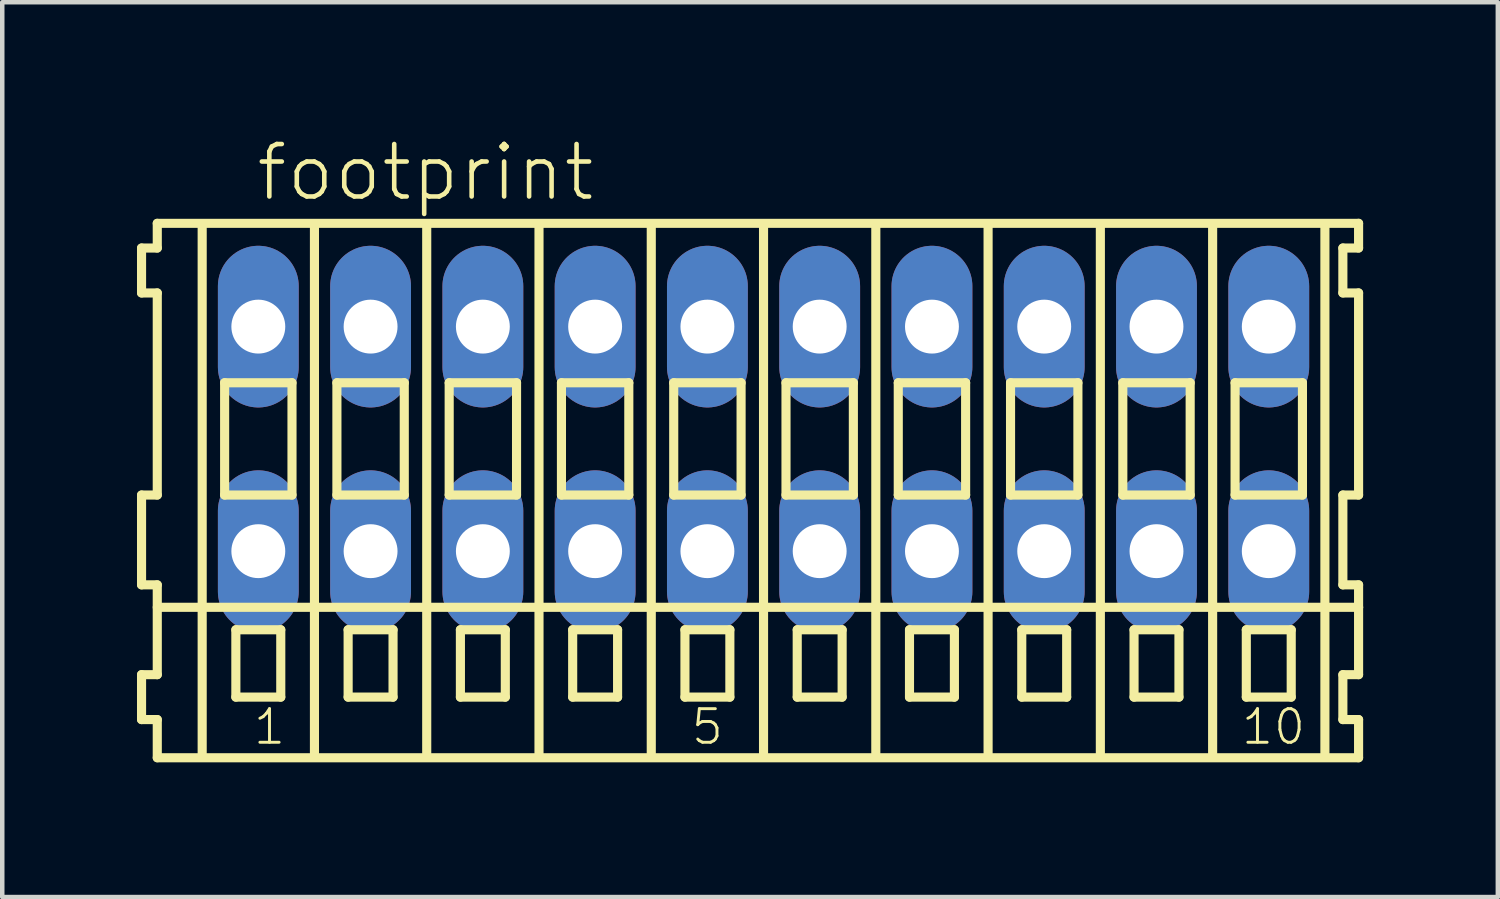
<source format=kicad_pcb>
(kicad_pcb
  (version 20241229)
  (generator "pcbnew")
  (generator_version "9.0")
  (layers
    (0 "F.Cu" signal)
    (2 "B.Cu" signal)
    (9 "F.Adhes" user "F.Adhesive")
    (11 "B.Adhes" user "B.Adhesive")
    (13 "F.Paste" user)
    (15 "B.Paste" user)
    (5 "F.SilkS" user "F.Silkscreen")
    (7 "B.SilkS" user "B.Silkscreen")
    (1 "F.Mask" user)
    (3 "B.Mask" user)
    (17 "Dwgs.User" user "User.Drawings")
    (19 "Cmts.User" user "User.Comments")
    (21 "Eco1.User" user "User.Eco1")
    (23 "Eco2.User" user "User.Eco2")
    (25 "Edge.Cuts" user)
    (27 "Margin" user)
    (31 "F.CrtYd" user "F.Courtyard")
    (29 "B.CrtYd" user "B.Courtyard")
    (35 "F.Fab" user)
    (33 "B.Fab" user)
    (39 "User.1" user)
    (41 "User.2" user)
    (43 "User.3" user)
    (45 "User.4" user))
  (footprint "footprint"
    (layer "F.Cu")
    (at 13.952 6.723)
    (property "Reference" "footprint" (at -11.35 -5.25 0) (layer "F.SilkS") (effects (font (size 1.168 1.168) (thickness 0.102)) (justify left bottom)))
    (fp_line (start -13.85 -4.25) (end -13.85 -3.25) (stroke (width 0.203) (type solid)) (layer "F.SilkS"))
    (fp_line (start -13.85 -3.25) (end -13.5 -3.25) (stroke (width 0.203) (type solid)) (layer "F.SilkS"))
    (fp_line (start -13.85 1.25) (end -13.85 3.25) (stroke (width 0.203) (type solid)) (layer "F.SilkS"))
    (fp_line (start -13.85 3.25) (end -13.5 3.25) (stroke (width 0.203) (type solid)) (layer "F.SilkS"))
    (fp_line (start -13.85 5.25) (end -13.85 6.25) (stroke (width 0.203) (type solid)) (layer "F.SilkS"))
    (fp_line (start -13.85 6.25) (end -13.5 6.25) (stroke (width 0.203) (type solid)) (layer "F.SilkS"))
    (fp_line (start -13.5 -4.8) (end -13.5 -4.25) (stroke (width 0.203) (type solid)) (layer "F.SilkS"))
    (fp_line (start -13.5 -4.25) (end -13.85 -4.25) (stroke (width 0.203) (type solid)) (layer "F.SilkS"))
    (fp_line (start -13.5 -3.25) (end -13.5 1.25) (stroke (width 0.203) (type solid)) (layer "F.SilkS"))
    (fp_line (start -13.5 1.25) (end -13.85 1.25) (stroke (width 0.203) (type solid)) (layer "F.SilkS"))
    (fp_line (start -13.5 3.25) (end -13.5 5.25) (stroke (width 0.203) (type solid)) (layer "F.SilkS"))
    (fp_line (start -13.5 3.75) (end 13.25 3.75) (stroke (width 0.203) (type solid)) (layer "F.SilkS"))
    (fp_line (start -13.5 5.25) (end -13.85 5.25) (stroke (width 0.203) (type solid)) (layer "F.SilkS"))
    (fp_line (start -13.5 6.25) (end -13.5 7.1) (stroke (width 0.203) (type solid)) (layer "F.SilkS"))
    (fp_line (start -13.5 7.1) (end 13.25 7.1) (stroke (width 0.203) (type solid)) (layer "F.SilkS"))
    (fp_line (start -12.5 -4.75) (end -12.5 7) (stroke (width 0.203) (type solid)) (layer "F.SilkS"))
    (fp_line (start -12 -1.25) (end -12 1.25) (stroke (width 0.203) (type solid)) (layer "F.SilkS"))
    (fp_line (start -12 1.25) (end -10.5 1.25) (stroke (width 0.203) (type solid)) (layer "F.SilkS"))
    (fp_line (start -11.75 4.25) (end -11.75 5.75) (stroke (width 0.203) (type solid)) (layer "F.SilkS"))
    (fp_line (start -11.75 5.75) (end -10.75 5.75) (stroke (width 0.203) (type solid)) (layer "F.SilkS"))
    (fp_line (start -10.75 4.25) (end -11.75 4.25) (stroke (width 0.203) (type solid)) (layer "F.SilkS"))
    (fp_line (start -10.75 5.75) (end -10.75 4.25) (stroke (width 0.203) (type solid)) (layer "F.SilkS"))
    (fp_line (start -10.5 -1.25) (end -12 -1.25) (stroke (width 0.203) (type solid)) (layer "F.SilkS"))
    (fp_line (start -10.5 1.25) (end -10.5 -1.25) (stroke (width 0.203) (type solid)) (layer "F.SilkS"))
    (fp_line (start -10 -4.75) (end -10 7) (stroke (width 0.203) (type solid)) (layer "F.SilkS"))
    (fp_line (start -9.5 -1.25) (end -9.5 1.25) (stroke (width 0.203) (type solid)) (layer "F.SilkS"))
    (fp_line (start -9.5 1.25) (end -8 1.25) (stroke (width 0.203) (type solid)) (layer "F.SilkS"))
    (fp_line (start -9.25 4.25) (end -9.25 5.75) (stroke (width 0.203) (type solid)) (layer "F.SilkS"))
    (fp_line (start -9.25 5.75) (end -8.25 5.75) (stroke (width 0.203) (type solid)) (layer "F.SilkS"))
    (fp_line (start -8.25 4.25) (end -9.25 4.25) (stroke (width 0.203) (type solid)) (layer "F.SilkS"))
    (fp_line (start -8.25 5.75) (end -8.25 4.25) (stroke (width 0.203) (type solid)) (layer "F.SilkS"))
    (fp_line (start -8 -1.25) (end -9.5 -1.25) (stroke (width 0.203) (type solid)) (layer "F.SilkS"))
    (fp_line (start -8 1.25) (end -8 -1.25) (stroke (width 0.203) (type solid)) (layer "F.SilkS"))
    (fp_line (start -7.5 -4.75) (end -7.5 7) (stroke (width 0.203) (type solid)) (layer "F.SilkS"))
    (fp_line (start -7 -1.25) (end -7 1.25) (stroke (width 0.203) (type solid)) (layer "F.SilkS"))
    (fp_line (start -7 1.25) (end -5.5 1.25) (stroke (width 0.203) (type solid)) (layer "F.SilkS"))
    (fp_line (start -6.75 4.25) (end -6.75 5.75) (stroke (width 0.203) (type solid)) (layer "F.SilkS"))
    (fp_line (start -6.75 5.75) (end -5.75 5.75) (stroke (width 0.203) (type solid)) (layer "F.SilkS"))
    (fp_line (start -5.75 4.25) (end -6.75 4.25) (stroke (width 0.203) (type solid)) (layer "F.SilkS"))
    (fp_line (start -5.75 5.75) (end -5.75 4.25) (stroke (width 0.203) (type solid)) (layer "F.SilkS"))
    (fp_line (start -5.5 -1.25) (end -7 -1.25) (stroke (width 0.203) (type solid)) (layer "F.SilkS"))
    (fp_line (start -5.5 1.25) (end -5.5 -1.25) (stroke (width 0.203) (type solid)) (layer "F.SilkS"))
    (fp_line (start -5 -4.75) (end -5 7) (stroke (width 0.203) (type solid)) (layer "F.SilkS"))
    (fp_line (start -4.5 -1.25) (end -4.5 1.25) (stroke (width 0.203) (type solid)) (layer "F.SilkS"))
    (fp_line (start -4.5 1.25) (end -3 1.25) (stroke (width 0.203) (type solid)) (layer "F.SilkS"))
    (fp_line (start -4.25 4.25) (end -4.25 5.75) (stroke (width 0.203) (type solid)) (layer "F.SilkS"))
    (fp_line (start -4.25 5.75) (end -3.25 5.75) (stroke (width 0.203) (type solid)) (layer "F.SilkS"))
    (fp_line (start -3.25 4.25) (end -4.25 4.25) (stroke (width 0.203) (type solid)) (layer "F.SilkS"))
    (fp_line (start -3.25 5.75) (end -3.25 4.25) (stroke (width 0.203) (type solid)) (layer "F.SilkS"))
    (fp_line (start -3 -1.25) (end -4.5 -1.25) (stroke (width 0.203) (type solid)) (layer "F.SilkS"))
    (fp_line (start -3 1.25) (end -3 -1.25) (stroke (width 0.203) (type solid)) (layer "F.SilkS"))
    (fp_line (start -2.5 -4.75) (end -2.5 7) (stroke (width 0.203) (type solid)) (layer "F.SilkS"))
    (fp_line (start -2 -1.25) (end -2 1.25) (stroke (width 0.203) (type solid)) (layer "F.SilkS"))
    (fp_line (start -2 1.25) (end -0.5 1.25) (stroke (width 0.203) (type solid)) (layer "F.SilkS"))
    (fp_line (start -1.75 4.25) (end -1.75 5.75) (stroke (width 0.203) (type solid)) (layer "F.SilkS"))
    (fp_line (start -1.75 5.75) (end -0.75 5.75) (stroke (width 0.203) (type solid)) (layer "F.SilkS"))
    (fp_line (start -0.75 4.25) (end -1.75 4.25) (stroke (width 0.203) (type solid)) (layer "F.SilkS"))
    (fp_line (start -0.75 5.75) (end -0.75 4.25) (stroke (width 0.203) (type solid)) (layer "F.SilkS"))
    (fp_line (start -0.5 -1.25) (end -2 -1.25) (stroke (width 0.203) (type solid)) (layer "F.SilkS"))
    (fp_line (start -0.5 1.25) (end -0.5 -1.25) (stroke (width 0.203) (type solid)) (layer "F.SilkS"))
    (fp_line (start 0 -4.75) (end 0 7) (stroke (width 0.203) (type solid)) (layer "F.SilkS"))
    (fp_line (start 0.5 -1.25) (end 0.5 1.25) (stroke (width 0.203) (type solid)) (layer "F.SilkS"))
    (fp_line (start 0.5 1.25) (end 2 1.25) (stroke (width 0.203) (type solid)) (layer "F.SilkS"))
    (fp_line (start 0.75 4.25) (end 0.75 5.75) (stroke (width 0.203) (type solid)) (layer "F.SilkS"))
    (fp_line (start 0.75 5.75) (end 1.75 5.75) (stroke (width 0.203) (type solid)) (layer "F.SilkS"))
    (fp_line (start 1.75 4.25) (end 0.75 4.25) (stroke (width 0.203) (type solid)) (layer "F.SilkS"))
    (fp_line (start 1.75 5.75) (end 1.75 4.25) (stroke (width 0.203) (type solid)) (layer "F.SilkS"))
    (fp_line (start 2 -1.25) (end 0.5 -1.25) (stroke (width 0.203) (type solid)) (layer "F.SilkS"))
    (fp_line (start 2 1.25) (end 2 -1.25) (stroke (width 0.203) (type solid)) (layer "F.SilkS"))
    (fp_line (start 2.5 -4.75) (end 2.5 7) (stroke (width 0.203) (type solid)) (layer "F.SilkS"))
    (fp_line (start 3 -1.25) (end 3 1.25) (stroke (width 0.203) (type solid)) (layer "F.SilkS"))
    (fp_line (start 3 1.25) (end 4.5 1.25) (stroke (width 0.203) (type solid)) (layer "F.SilkS"))
    (fp_line (start 3.25 4.25) (end 3.25 5.75) (stroke (width 0.203) (type solid)) (layer "F.SilkS"))
    (fp_line (start 3.25 5.75) (end 4.25 5.75) (stroke (width 0.203) (type solid)) (layer "F.SilkS"))
    (fp_line (start 4.25 4.25) (end 3.25 4.25) (stroke (width 0.203) (type solid)) (layer "F.SilkS"))
    (fp_line (start 4.25 5.75) (end 4.25 4.25) (stroke (width 0.203) (type solid)) (layer "F.SilkS"))
    (fp_line (start 4.5 -1.25) (end 3 -1.25) (stroke (width 0.203) (type solid)) (layer "F.SilkS"))
    (fp_line (start 4.5 1.25) (end 4.5 -1.25) (stroke (width 0.203) (type solid)) (layer "F.SilkS"))
    (fp_line (start 5 -4.75) (end 5 7) (stroke (width 0.203) (type solid)) (layer "F.SilkS"))
    (fp_line (start 5.5 -1.25) (end 5.5 1.25) (stroke (width 0.203) (type solid)) (layer "F.SilkS"))
    (fp_line (start 5.5 1.25) (end 7 1.25) (stroke (width 0.203) (type solid)) (layer "F.SilkS"))
    (fp_line (start 5.75 4.25) (end 5.75 5.75) (stroke (width 0.203) (type solid)) (layer "F.SilkS"))
    (fp_line (start 5.75 5.75) (end 6.75 5.75) (stroke (width 0.203) (type solid)) (layer "F.SilkS"))
    (fp_line (start 6.75 4.25) (end 5.75 4.25) (stroke (width 0.203) (type solid)) (layer "F.SilkS"))
    (fp_line (start 6.75 5.75) (end 6.75 4.25) (stroke (width 0.203) (type solid)) (layer "F.SilkS"))
    (fp_line (start 7 -1.25) (end 5.5 -1.25) (stroke (width 0.203) (type solid)) (layer "F.SilkS"))
    (fp_line (start 7 1.25) (end 7 -1.25) (stroke (width 0.203) (type solid)) (layer "F.SilkS"))
    (fp_line (start 7.5 -4.75) (end 7.5 7) (stroke (width 0.203) (type solid)) (layer "F.SilkS"))
    (fp_line (start 8 -1.25) (end 8 1.25) (stroke (width 0.203) (type solid)) (layer "F.SilkS"))
    (fp_line (start 8 1.25) (end 9.5 1.25) (stroke (width 0.203) (type solid)) (layer "F.SilkS"))
    (fp_line (start 8.25 4.25) (end 8.25 5.75) (stroke (width 0.203) (type solid)) (layer "F.SilkS"))
    (fp_line (start 8.25 5.75) (end 9.25 5.75) (stroke (width 0.203) (type solid)) (layer "F.SilkS"))
    (fp_line (start 9.25 4.25) (end 8.25 4.25) (stroke (width 0.203) (type solid)) (layer "F.SilkS"))
    (fp_line (start 9.25 5.75) (end 9.25 4.25) (stroke (width 0.203) (type solid)) (layer "F.SilkS"))
    (fp_line (start 9.5 -1.25) (end 8 -1.25) (stroke (width 0.203) (type solid)) (layer "F.SilkS"))
    (fp_line (start 9.5 1.25) (end 9.5 -1.25) (stroke (width 0.203) (type solid)) (layer "F.SilkS"))
    (fp_line (start 10 -4.75) (end 10 7) (stroke (width 0.203) (type solid)) (layer "F.SilkS"))
    (fp_line (start 10.5 -1.25) (end 10.5 1.25) (stroke (width 0.203) (type solid)) (layer "F.SilkS"))
    (fp_line (start 10.5 1.25) (end 12 1.25) (stroke (width 0.203) (type solid)) (layer "F.SilkS"))
    (fp_line (start 10.75 4.25) (end 10.75 5.75) (stroke (width 0.203) (type solid)) (layer "F.SilkS"))
    (fp_line (start 10.75 5.75) (end 11.75 5.75) (stroke (width 0.203) (type solid)) (layer "F.SilkS"))
    (fp_line (start 11.75 4.25) (end 10.75 4.25) (stroke (width 0.203) (type solid)) (layer "F.SilkS"))
    (fp_line (start 11.75 5.75) (end 11.75 4.25) (stroke (width 0.203) (type solid)) (layer "F.SilkS"))
    (fp_line (start 12 -1.25) (end 10.5 -1.25) (stroke (width 0.203) (type solid)) (layer "F.SilkS"))
    (fp_line (start 12 1.25) (end 12 -1.25) (stroke (width 0.203) (type solid)) (layer "F.SilkS"))
    (fp_line (start 12.5 -4.75) (end 12.5 7) (stroke (width 0.203) (type solid)) (layer "F.SilkS"))
    (fp_line (start 12.9 -4.25) (end 12.9 -3.25) (stroke (width 0.203) (type solid)) (layer "F.SilkS"))
    (fp_line (start 12.9 -3.25) (end 13.25 -3.25) (stroke (width 0.203) (type solid)) (layer "F.SilkS"))
    (fp_line (start 12.9 1.25) (end 12.9 3.25) (stroke (width 0.203) (type solid)) (layer "F.SilkS"))
    (fp_line (start 12.9 3.25) (end 13.25 3.25) (stroke (width 0.203) (type solid)) (layer "F.SilkS"))
    (fp_line (start 12.9 5.25) (end 12.9 6.25) (stroke (width 0.203) (type solid)) (layer "F.SilkS"))
    (fp_line (start 12.9 6.25) (end 13.25 6.25) (stroke (width 0.203) (type solid)) (layer "F.SilkS"))
    (fp_line (start 13.25 -4.8) (end -13.5 -4.8) (stroke (width 0.203) (type solid)) (layer "F.SilkS"))
    (fp_line (start 13.25 -4.25) (end 12.9 -4.25) (stroke (width 0.203) (type solid)) (layer "F.SilkS"))
    (fp_line (start 13.25 -4.25) (end 13.25 -4.8) (stroke (width 0.203) (type solid)) (layer "F.SilkS"))
    (fp_line (start 13.25 1.25) (end 12.9 1.25) (stroke (width 0.203) (type solid)) (layer "F.SilkS"))
    (fp_line (start 13.25 1.25) (end 13.25 -3.25) (stroke (width 0.203) (type solid)) (layer "F.SilkS"))
    (fp_line (start 13.25 3.75) (end 13.25 3.25) (stroke (width 0.203) (type solid)) (layer "F.SilkS"))
    (fp_line (start 13.25 5.25) (end 12.9 5.25) (stroke (width 0.203) (type solid)) (layer "F.SilkS"))
    (fp_line (start 13.25 5.25) (end 13.25 3.75) (stroke (width 0.203) (type solid)) (layer "F.SilkS"))
    (fp_line (start 13.25 7.1) (end 13.25 6.25) (stroke (width 0.203) (type solid)) (layer "F.SilkS"))
    (fp_text user "10" (at 10.6 6.85 0) (layer "F.SilkS") (effects (font (size 0.748 0.748) (thickness 0.065)) (justify left bottom)))
    (fp_text user "1" (at -11.4 6.85 0) (layer "F.SilkS") (effects (font (size 0.748 0.748) (thickness 0.065)) (justify left bottom)))
    (fp_text user "5" (at -1.65 6.85 0) (layer "F.SilkS") (effects (font (size 0.748 0.748) (thickness 0.065)) (justify left bottom)))
    (pad "A1" thru_hole oval (at -11.25 -2.5 90) (size 3.6 1.8) (drill 1.2) (layers "*.Cu" "*.Mask"))
    (pad "A2" thru_hole oval (at -8.75 -2.5 90) (size 3.6 1.8) (drill 1.2) (layers "*.Cu" "*.Mask"))
    (pad "A3" thru_hole oval (at -6.25 -2.5 90) (size 3.6 1.8) (drill 1.2) (layers "*.Cu" "*.Mask"))
    (pad "A4" thru_hole oval (at -3.75 -2.5 90) (size 3.6 1.8) (drill 1.2) (layers "*.Cu" "*.Mask"))
    (pad "A5" thru_hole oval (at -1.25 -2.5 90) (size 3.6 1.8) (drill 1.2) (layers "*.Cu" "*.Mask"))
    (pad "A6" thru_hole oval (at 1.25 -2.5 90) (size 3.6 1.8) (drill 1.2) (layers "*.Cu" "*.Mask"))
    (pad "A7" thru_hole oval (at 3.75 -2.5 90) (size 3.6 1.8) (drill 1.2) (layers "*.Cu" "*.Mask"))
    (pad "A8" thru_hole oval (at 6.25 -2.5 90) (size 3.6 1.8) (drill 1.2) (layers "*.Cu" "*.Mask"))
    (pad "A9" thru_hole oval (at 8.75 -2.5 90) (size 3.6 1.8) (drill 1.2) (layers "*.Cu" "*.Mask"))
    (pad "A10" thru_hole oval (at 11.25 -2.5 90) (size 3.6 1.8) (drill 1.2) (layers "*.Cu" "*.Mask"))
    (pad "B1" thru_hole oval (at -11.25 2.5 90) (size 3.6 1.8) (drill 1.2) (layers "*.Cu" "*.Mask"))
    (pad "B2" thru_hole oval (at -8.75 2.5 90) (size 3.6 1.8) (drill 1.2) (layers "*.Cu" "*.Mask"))
    (pad "B3" thru_hole oval (at -6.25 2.5 90) (size 3.6 1.8) (drill 1.2) (layers "*.Cu" "*.Mask"))
    (pad "B4" thru_hole oval (at -3.75 2.5 90) (size 3.6 1.8) (drill 1.2) (layers "*.Cu" "*.Mask"))
    (pad "B5" thru_hole oval (at -1.25 2.5 90) (size 3.6 1.8) (drill 1.2) (layers "*.Cu" "*.Mask"))
    (pad "B6" thru_hole oval (at 1.25 2.5 90) (size 3.6 1.8) (drill 1.2) (layers "*.Cu" "*.Mask"))
    (pad "B7" thru_hole oval (at 3.75 2.5 90) (size 3.6 1.8) (drill 1.2) (layers "*.Cu" "*.Mask"))
    (pad "B8" thru_hole oval (at 6.25 2.5 90) (size 3.6 1.8) (drill 1.2) (layers "*.Cu" "*.Mask"))
    (pad "B9" thru_hole oval (at 8.75 2.5 90) (size 3.6 1.8) (drill 1.2) (layers "*.Cu" "*.Mask"))
    (pad "B10" thru_hole oval (at 11.25 2.5 90) (size 3.6 1.8) (drill 1.2) (layers "*.Cu" "*.Mask")))
  (gr_rect
    (start -3 -3)
    (end 30.303 16.925)
    (stroke (width 0.1) (type default))
    (fill no)
    (layer "Edge.Cuts")))
</source>
